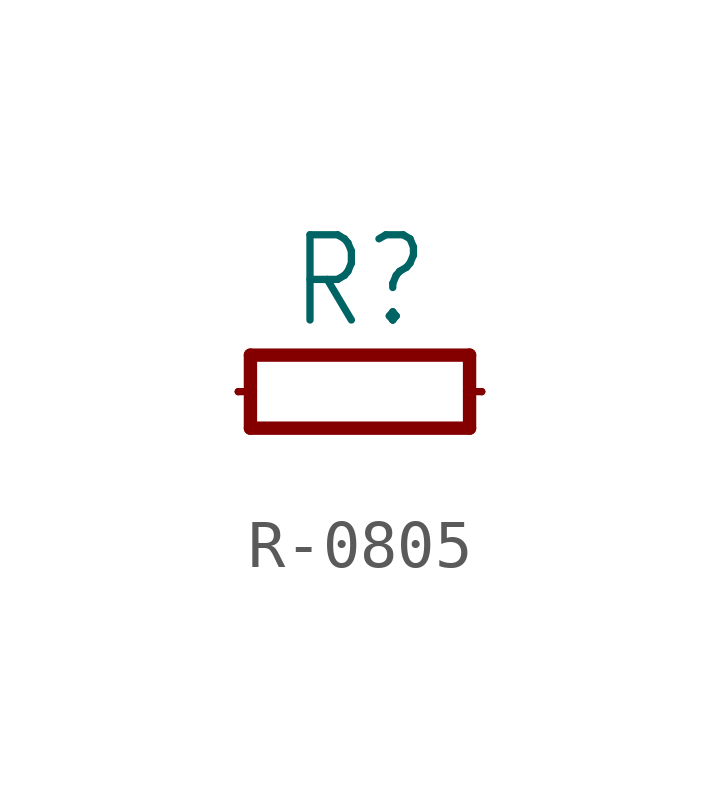
<source format=kicad_sym>
(kicad_symbol_lib
  (version 20241209)
  (generator "kicad_symbol_editor")
  (generator_version "9.0")
  (symbol "R-0805"
    (property "Reference" "R"
      (at 0 1.27 0)
      (effects (font (size 1.778 1.511)) (justify bottom)))
    (property "Value" ""
      (at 0 -1.27 0)
      (effects (font (size 1.778 1.511)) (justify top)))
    (property "ki_locked" ""
      (at 0 0 0)
      (effects (font (size 1.27 1.27))))
    (symbol "R-0805_1_0"
      (polyline (pts (xy -2.54 0) (xy -2.286 0)) (stroke (width 0.152) (type solid)) (fill (type none)))
      (polyline (pts (xy -2.286 0.762) (xy 2.286 0.762)) (stroke (width 0.279) (type solid)) (fill (type none)))
      (polyline (pts (xy -2.286 0) (xy -2.286 0.762)) (stroke (width 0.279) (type solid)) (fill (type none)))
      (polyline (pts (xy -2.286 -0.762) (xy -2.286 0)) (stroke (width 0.279) (type solid)) (fill (type none)))
      (polyline (pts (xy -2.286 -0.762) (xy 2.286 -0.762)) (stroke (width 0.279) (type solid)) (fill (type none)))
      (polyline (pts (xy 2.286 0.762) (xy 2.286 0)) (stroke (width 0.279) (type solid)) (fill (type none)))
      (polyline (pts (xy 2.286 0) (xy 2.286 -0.762)) (stroke (width 0.279) (type solid)) (fill (type none)))
      (polyline (pts (xy 2.286 0) (xy 2.54 0)) (stroke (width 0.152) (type solid)) (fill (type none)))
      (pin passive line (at -2.54 0 0) (length 0) (name "1" (effects (font (size 0 0)))) (number "1" (effects (font (size 0 0)))))
      (pin passive line (at 2.54 0 180) (length 0) (name "2" (effects (font (size 0 0)))) (number "2" (effects (font (size 0 0))))))))
</source>
